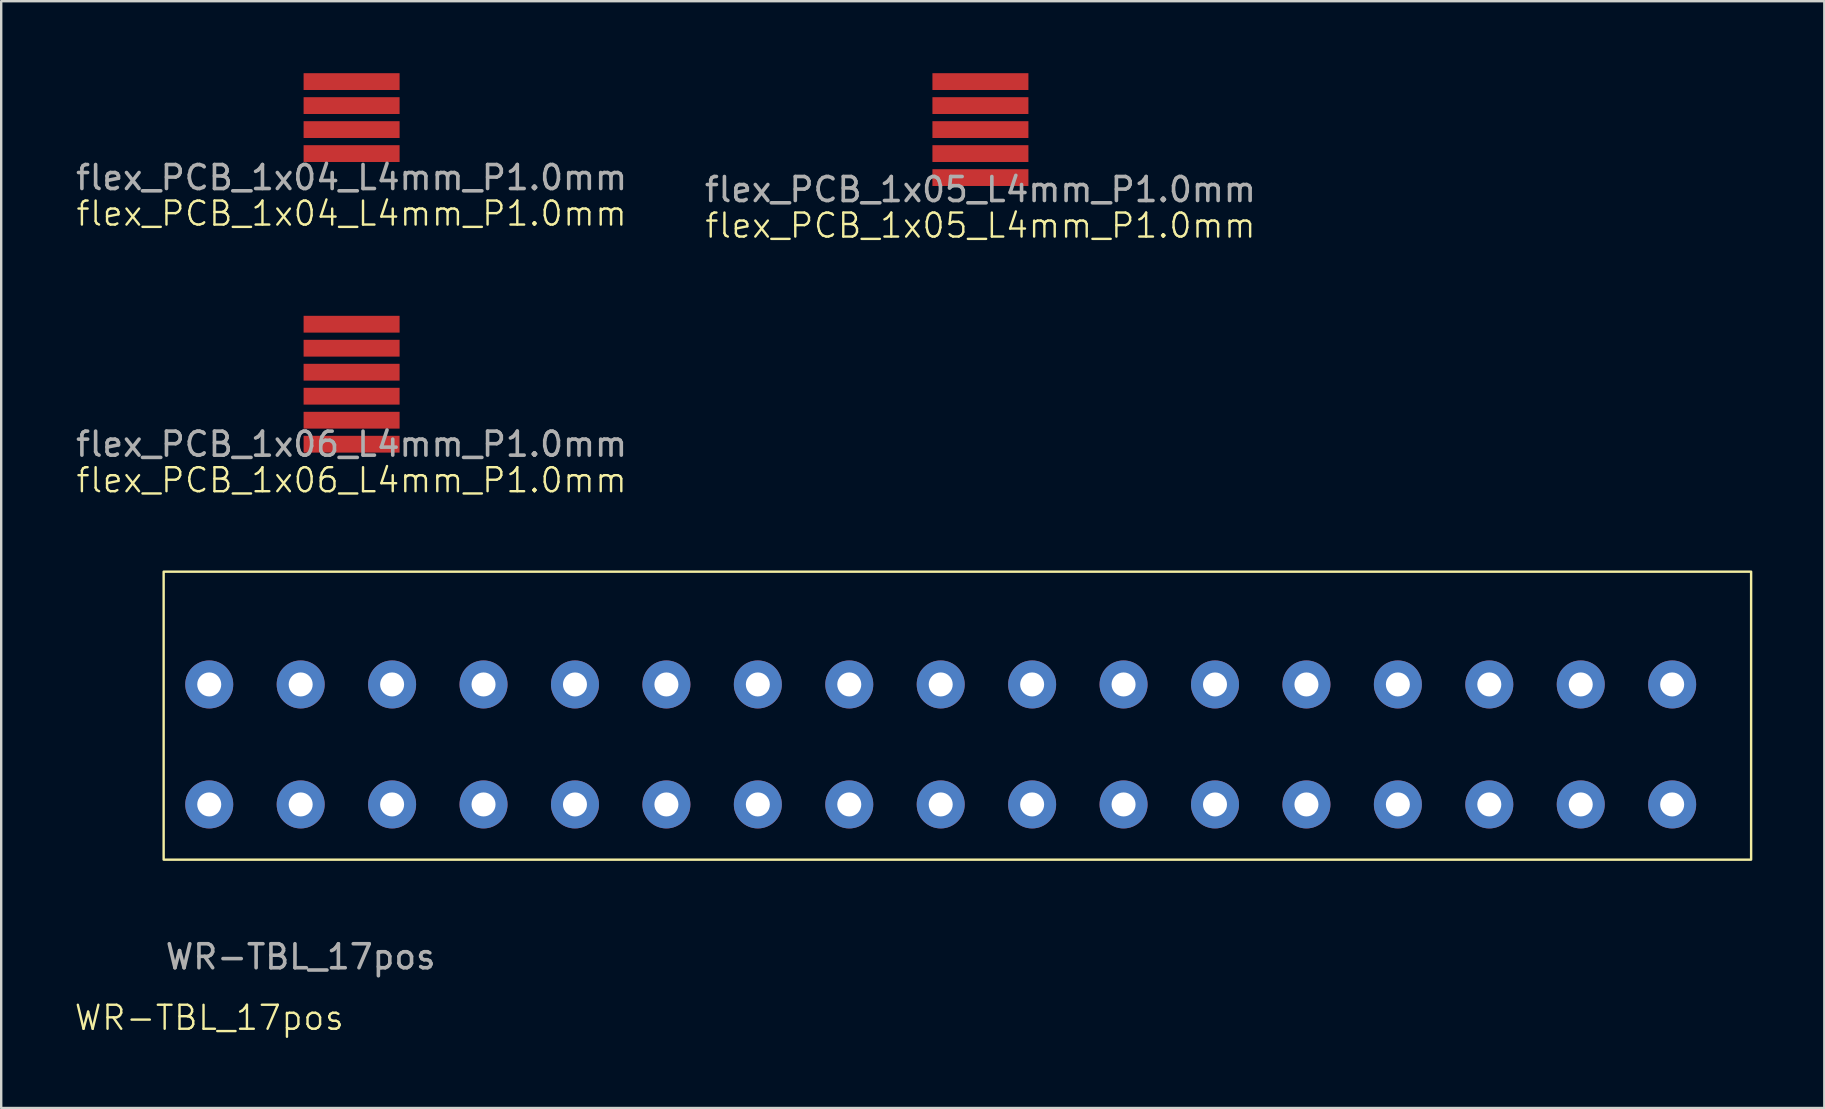
<source format=kicad_pcb>
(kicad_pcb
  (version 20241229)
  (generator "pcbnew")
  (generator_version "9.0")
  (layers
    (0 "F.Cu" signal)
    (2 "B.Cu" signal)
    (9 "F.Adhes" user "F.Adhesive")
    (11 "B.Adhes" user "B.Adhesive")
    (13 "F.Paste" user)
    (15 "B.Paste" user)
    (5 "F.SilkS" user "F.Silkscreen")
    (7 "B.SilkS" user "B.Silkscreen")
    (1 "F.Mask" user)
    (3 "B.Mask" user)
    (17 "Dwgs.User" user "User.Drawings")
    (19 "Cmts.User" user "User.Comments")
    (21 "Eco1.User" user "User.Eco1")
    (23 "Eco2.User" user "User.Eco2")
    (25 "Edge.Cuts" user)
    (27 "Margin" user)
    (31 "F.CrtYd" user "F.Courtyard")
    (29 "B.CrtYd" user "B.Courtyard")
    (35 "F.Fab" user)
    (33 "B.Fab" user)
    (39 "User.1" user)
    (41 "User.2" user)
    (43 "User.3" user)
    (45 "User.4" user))
  (footprint "flex_PCB_1x06_L4mm_P1.0mm"
    (layer "F.Cu")
    (at 11.601 12.96)
    (property "Reference" "flex_PCB_1x06_L4mm_P1.0mm" (at 0 4 0) (unlocked yes) (layer "F.SilkS") (effects (font (size 1 1) (thickness 0.1))))
    (attr smd)
    (fp_text user "${REFERENCE}" (at 0 2.5 0) (unlocked yes) (layer "F.Fab") (effects (font (size 1 1) (thickness 0.15))))
    (pad "1" smd rect (at 0 -2.5) (size 4 0.7) (layers "F.Cu" "F.Mask" "F.Paste"))
    (pad "2" smd rect (at 0 -1.5) (size 4 0.7) (layers "F.Cu" "F.Mask" "F.Paste"))
    (pad "3" smd rect (at 0 -0.5) (size 4 0.7) (layers "F.Cu" "F.Mask" "F.Paste"))
    (pad "4" smd rect (at 0 0.5) (size 4 0.7) (layers "F.Cu" "F.Mask" "F.Paste"))
    (pad "5" smd rect (at 0 1.5) (size 4 0.7) (layers "F.Cu" "F.Mask" "F.Paste"))
    (pad "6" smd rect (at 0 2.5) (size 4 0.7) (layers "F.Cu" "F.Mask" "F.Paste")))
  (footprint "WR-TBL_17pos"
    (layer "F.Cu")
    (at 5.669 30.471)
    (property "Reference" "WR-TBL_17pos" (at 0 8.89 0) (unlocked yes) (layer "F.SilkS") (effects (font (size 1 1) (thickness 0.1))))
    (attr through_hole)
    (fp_rect (start -1.9 -9.7) (end 64.25 2.3) (stroke (width 0.1) (type default)) (fill no) (layer "F.SilkS"))
    (fp_text user "${REFERENCE}" (at 3.81 6.35 0) (unlocked yes) (layer "F.Fab") (effects (font (size 1 1) (thickness 0.15))))
    (pad "1" thru_hole circle (at 0 -5) (size 2 2) (drill 1) (layers "*.Cu" "*.Mask"))
    (pad "1" thru_hole circle (at 0 0) (size 2 2) (drill 1) (layers "*.Cu" "*.Mask"))
    (pad "2" thru_hole circle (at 3.81 -5) (size 2 2) (drill 1) (layers "*.Cu" "*.Mask"))
    (pad "2" thru_hole circle (at 3.81 0) (size 2 2) (drill 1) (layers "*.Cu" "*.Mask"))
    (pad "3" thru_hole circle (at 7.62 -5) (size 2 2) (drill 1) (layers "*.Cu" "*.Mask"))
    (pad "3" thru_hole circle (at 7.62 0) (size 2 2) (drill 1) (layers "*.Cu" "*.Mask"))
    (pad "4" thru_hole circle (at 11.43 -5) (size 2 2) (drill 1) (layers "*.Cu" "*.Mask"))
    (pad "4" thru_hole circle (at 11.43 0) (size 2 2) (drill 1) (layers "*.Cu" "*.Mask"))
    (pad "5" thru_hole circle (at 15.24 -5) (size 2 2) (drill 1) (layers "*.Cu" "*.Mask"))
    (pad "5" thru_hole circle (at 15.24 0) (size 2 2) (drill 1) (layers "*.Cu" "*.Mask"))
    (pad "6" thru_hole circle (at 19.05 -5) (size 2 2) (drill 1) (layers "*.Cu" "*.Mask"))
    (pad "6" thru_hole circle (at 19.05 0) (size 2 2) (drill 1) (layers "*.Cu" "*.Mask"))
    (pad "7" thru_hole circle (at 22.86 -5) (size 2 2) (drill 1) (layers "*.Cu" "*.Mask"))
    (pad "7" thru_hole circle (at 22.86 0) (size 2 2) (drill 1) (layers "*.Cu" "*.Mask"))
    (pad "8" thru_hole circle (at 26.67 -5) (size 2 2) (drill 1) (layers "*.Cu" "*.Mask"))
    (pad "8" thru_hole circle (at 26.67 0) (size 2 2) (drill 1) (layers "*.Cu" "*.Mask"))
    (pad "9" thru_hole circle (at 30.48 -5) (size 2 2) (drill 1) (layers "*.Cu" "*.Mask"))
    (pad "9" thru_hole circle (at 30.48 0) (size 2 2) (drill 1) (layers "*.Cu" "*.Mask"))
    (pad "10" thru_hole circle (at 34.29 -5) (size 2 2) (drill 1) (layers "*.Cu" "*.Mask"))
    (pad "10" thru_hole circle (at 34.29 0) (size 2 2) (drill 1) (layers "*.Cu" "*.Mask"))
    (pad "11" thru_hole circle (at 38.1 -5) (size 2 2) (drill 1) (layers "*.Cu" "*.Mask"))
    (pad "11" thru_hole circle (at 38.1 0) (size 2 2) (drill 1) (layers "*.Cu" "*.Mask"))
    (pad "12" thru_hole circle (at 41.91 -5) (size 2 2) (drill 1) (layers "*.Cu" "*.Mask"))
    (pad "12" thru_hole circle (at 41.91 0) (size 2 2) (drill 1) (layers "*.Cu" "*.Mask"))
    (pad "13" thru_hole circle (at 45.72 -5) (size 2 2) (drill 1) (layers "*.Cu" "*.Mask"))
    (pad "13" thru_hole circle (at 45.72 0) (size 2 2) (drill 1) (layers "*.Cu" "*.Mask"))
    (pad "14" thru_hole circle (at 49.53 -5) (size 2 2) (drill 1) (layers "*.Cu" "*.Mask"))
    (pad "14" thru_hole circle (at 49.53 0) (size 2 2) (drill 1) (layers "*.Cu" "*.Mask"))
    (pad "15" thru_hole circle (at 53.34 -5) (size 2 2) (drill 1) (layers "*.Cu" "*.Mask"))
    (pad "15" thru_hole circle (at 53.34 0) (size 2 2) (drill 1) (layers "*.Cu" "*.Mask"))
    (pad "16" thru_hole circle (at 57.15 -5) (size 2 2) (drill 1) (layers "*.Cu" "*.Mask"))
    (pad "16" thru_hole circle (at 57.15 0) (size 2 2) (drill 1) (layers "*.Cu" "*.Mask"))
    (pad "17" thru_hole circle (at 60.96 -5) (size 2 2) (drill 1) (layers "*.Cu" "*.Mask"))
    (pad "17" thru_hole circle (at 60.96 0) (size 2 2) (drill 1) (layers "*.Cu" "*.Mask")))
  (footprint "flex_PCB_1x05_L4mm_P1.0mm"
    (layer "F.Cu")
    (at 37.804 2.35)
    (property "Reference" "flex_PCB_1x05_L4mm_P1.0mm" (at 0 4 0) (unlocked yes) (layer "F.SilkS") (effects (font (size 1 1) (thickness 0.1))))
    (attr smd)
    (fp_text user "${REFERENCE}" (at 0 2.5 0) (unlocked yes) (layer "F.Fab") (effects (font (size 1 1) (thickness 0.15))))
    (pad "1" smd rect (at 0 -2) (size 4 0.7) (layers "F.Cu" "F.Mask" "F.Paste"))
    (pad "2" smd rect (at 0 -1) (size 4 0.7) (layers "F.Cu" "F.Mask" "F.Paste"))
    (pad "3" smd rect (at 0 0) (size 4 0.7) (layers "F.Cu" "F.Mask" "F.Paste"))
    (pad "4" smd rect (at 0 1) (size 4 0.7) (layers "F.Cu" "F.Mask" "F.Paste"))
    (pad "5" smd rect (at 0 2) (size 4 0.7) (layers "F.Cu" "F.Mask" "F.Paste")))
  (footprint "flex_PCB_1x04_L4mm_P1.0mm"
    (layer "F.Cu")
    (at 11.601 1.85)
    (property "Reference" "flex_PCB_1x04_L4mm_P1.0mm" (at 0 4 0) (unlocked yes) (layer "F.SilkS") (effects (font (size 1 1) (thickness 0.1))))
    (attr smd)
    (fp_text user "${REFERENCE}" (at 0 2.5 0) (unlocked yes) (layer "F.Fab") (effects (font (size 1 1) (thickness 0.15))))
    (pad "1" smd rect (at 0 -1.5) (size 4 0.7) (layers "F.Cu" "F.Mask" "F.Paste"))
    (pad "2" smd rect (at 0 -0.5) (size 4 0.7) (layers "F.Cu" "F.Mask" "F.Paste"))
    (pad "3" smd rect (at 0 0.5) (size 4 0.7) (layers "F.Cu" "F.Mask" "F.Paste"))
    (pad "4" smd rect (at 0 1.5) (size 4 0.7) (layers "F.Cu" "F.Mask" "F.Paste")))
  (gr_rect
    (start -3 -3)
    (end 72.969 43.121)
    (stroke (width 0.1) (type default))
    (fill no)
    (layer "Edge.Cuts")))
</source>
